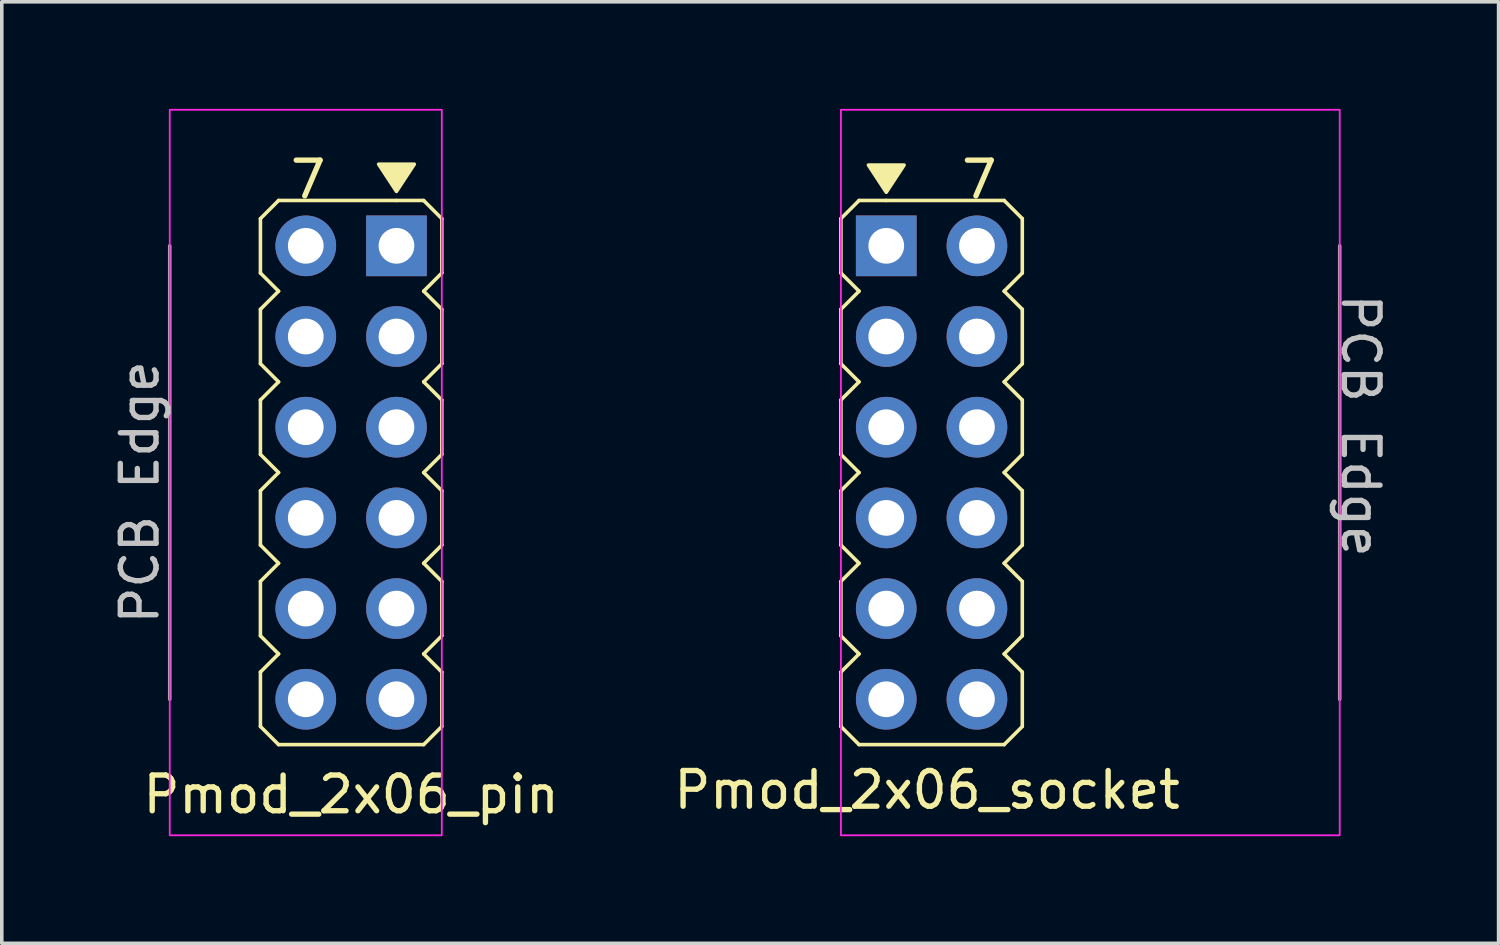
<source format=kicad_pcb>
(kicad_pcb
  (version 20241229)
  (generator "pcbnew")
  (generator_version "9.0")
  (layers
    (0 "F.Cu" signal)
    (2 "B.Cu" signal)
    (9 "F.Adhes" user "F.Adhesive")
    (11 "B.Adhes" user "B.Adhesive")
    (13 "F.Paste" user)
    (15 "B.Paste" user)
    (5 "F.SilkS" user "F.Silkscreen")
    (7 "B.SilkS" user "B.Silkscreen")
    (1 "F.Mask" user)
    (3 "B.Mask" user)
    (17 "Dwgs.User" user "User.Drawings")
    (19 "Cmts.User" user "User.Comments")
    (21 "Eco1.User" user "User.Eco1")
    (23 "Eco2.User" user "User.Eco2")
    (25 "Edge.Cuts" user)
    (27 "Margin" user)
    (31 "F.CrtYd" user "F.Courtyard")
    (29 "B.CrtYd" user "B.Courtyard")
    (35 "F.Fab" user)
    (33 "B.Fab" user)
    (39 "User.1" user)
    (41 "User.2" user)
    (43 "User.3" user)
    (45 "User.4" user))
  (footprint "Pmod_2x06_pin"
    (layer "F.Cu")
    (at 8.054 3.835)
    (property "Reference" "Pmod_2x06_pin" (at -1.27 15.367 0) (unlocked yes) (layer "F.SilkS") (effects (font (size 1 1) (thickness 0.15))))
    (attr through_hole)
    (fp_line (start -3.81 -0.762) (end -3.302 -1.27) (stroke (width 0.1) (type default)) (layer "F.SilkS"))
    (fp_line (start -3.81 0.762) (end -3.81 -0.762) (stroke (width 0.1) (type default)) (layer "F.SilkS"))
    (fp_line (start -3.81 1.778) (end -3.302 1.27) (stroke (width 0.1) (type default)) (layer "F.SilkS"))
    (fp_line (start -3.81 3.302) (end -3.81 1.778) (stroke (width 0.1) (type default)) (layer "F.SilkS"))
    (fp_line (start -3.81 4.318) (end -3.302 3.81) (stroke (width 0.1) (type default)) (layer "F.SilkS"))
    (fp_line (start -3.81 5.842) (end -3.81 4.318) (stroke (width 0.1) (type default)) (layer "F.SilkS"))
    (fp_line (start -3.81 6.858) (end -3.302 6.35) (stroke (width 0.1) (type default)) (layer "F.SilkS"))
    (fp_line (start -3.81 8.382) (end -3.81 6.858) (stroke (width 0.1) (type default)) (layer "F.SilkS"))
    (fp_line (start -3.81 9.398) (end -3.302 8.89) (stroke (width 0.1) (type default)) (layer "F.SilkS"))
    (fp_line (start -3.81 10.922) (end -3.81 9.398) (stroke (width 0.1) (type default)) (layer "F.SilkS"))
    (fp_line (start -3.81 11.938) (end -3.302 11.43) (stroke (width 0.1) (type default)) (layer "F.SilkS"))
    (fp_line (start -3.81 13.462) (end -3.81 11.938) (stroke (width 0.1) (type default)) (layer "F.SilkS"))
    (fp_line (start -3.302 -1.27) (end 0 -1.27) (stroke (width 0.1) (type default)) (layer "F.SilkS"))
    (fp_line (start -3.302 1.27) (end -3.81 0.762) (stroke (width 0.1) (type default)) (layer "F.SilkS"))
    (fp_line (start -3.302 3.81) (end -3.81 3.302) (stroke (width 0.1) (type default)) (layer "F.SilkS"))
    (fp_line (start -3.302 6.35) (end -3.81 5.842) (stroke (width 0.1) (type default)) (layer "F.SilkS"))
    (fp_line (start -3.302 8.89) (end -3.81 8.382) (stroke (width 0.1) (type default)) (layer "F.SilkS"))
    (fp_line (start -3.302 11.43) (end -3.81 10.922) (stroke (width 0.1) (type default)) (layer "F.SilkS"))
    (fp_line (start -3.302 13.97) (end -3.81 13.462) (stroke (width 0.1) (type default)) (layer "F.SilkS"))
    (fp_line (start 0 -1.27) (end 0.762 -1.27) (stroke (width 0.1) (type default)) (layer "F.SilkS"))
    (fp_line (start 0.762 -1.27) (end 1.27 -0.762) (stroke (width 0.1) (type default)) (layer "F.SilkS"))
    (fp_line (start 0.762 1.27) (end 1.27 1.778) (stroke (width 0.1) (type default)) (layer "F.SilkS"))
    (fp_line (start 0.762 3.81) (end 1.27 4.318) (stroke (width 0.1) (type default)) (layer "F.SilkS"))
    (fp_line (start 0.762 6.35) (end 1.27 6.858) (stroke (width 0.1) (type default)) (layer "F.SilkS"))
    (fp_line (start 0.762 8.89) (end 1.27 9.398) (stroke (width 0.1) (type default)) (layer "F.SilkS"))
    (fp_line (start 0.762 11.43) (end 1.27 11.938) (stroke (width 0.1) (type default)) (layer "F.SilkS"))
    (fp_line (start 0.762 13.97) (end -3.302 13.97) (stroke (width 0.1) (type default)) (layer "F.SilkS"))
    (fp_line (start 1.27 -0.762) (end 1.27 0.762) (stroke (width 0.1) (type default)) (layer "F.SilkS"))
    (fp_line (start 1.27 0.762) (end 0.762 1.27) (stroke (width 0.1) (type default)) (layer "F.SilkS"))
    (fp_line (start 1.27 1.778) (end 1.27 3.302) (stroke (width 0.1) (type default)) (layer "F.SilkS"))
    (fp_line (start 1.27 3.302) (end 0.762 3.81) (stroke (width 0.1) (type default)) (layer "F.SilkS"))
    (fp_line (start 1.27 4.318) (end 1.27 5.842) (stroke (width 0.1) (type default)) (layer "F.SilkS"))
    (fp_line (start 1.27 5.842) (end 0.762 6.35) (stroke (width 0.1) (type default)) (layer "F.SilkS"))
    (fp_line (start 1.27 6.858) (end 1.27 8.382) (stroke (width 0.1) (type default)) (layer "F.SilkS"))
    (fp_line (start 1.27 8.382) (end 0.762 8.89) (stroke (width 0.1) (type default)) (layer "F.SilkS"))
    (fp_line (start 1.27 9.398) (end 1.27 10.922) (stroke (width 0.1) (type default)) (layer "F.SilkS"))
    (fp_line (start 1.27 10.922) (end 0.762 11.43) (stroke (width 0.1) (type default)) (layer "F.SilkS"))
    (fp_line (start 1.27 11.938) (end 1.27 13.462) (stroke (width 0.1) (type default)) (layer "F.SilkS"))
    (fp_line (start 1.27 13.462) (end 0.762 13.97) (stroke (width 0.1) (type default)) (layer "F.SilkS"))
    (fp_poly (pts (xy 0.5 -2.286) (xy 0 -1.524) (xy -0.5 -2.286)) (stroke (width 0.1) (type solid)) (fill yes) (layer "F.SilkS"))
    (fp_rect (start -6.35 -3.81) (end 1.27 16.51) (stroke (width 0.05) (type default)) (fill no) (layer "F.CrtYd"))
    (fp_line (start -6.35 0) (end -6.35 12.7) (stroke (width 0.1) (type default)) (layer "F.Fab"))
    (fp_text user "7" (at -3.048 -1.27 0) (unlocked yes) (layer "F.SilkS") (effects (font (size 1 1) (thickness 0.15)) (justify left bottom)))
    (fp_text user "PCB Edge" (at -6.604 10.668 90) (unlocked yes) (layer "Dwgs.User") (effects (font (size 1 1) (thickness 0.15)) (justify left bottom)))
    (pad "1" thru_hole rect (at 0 0) (size 1.7 1.7) (drill 1) (layers "*.Cu" "*.Mask"))
    (pad "2" thru_hole circle (at 0 2.54) (size 1.7 1.7) (drill 1) (layers "*.Cu" "*.Mask"))
    (pad "3" thru_hole circle (at 0 5.08) (size 1.7 1.7) (drill 1) (layers "*.Cu" "*.Mask"))
    (pad "4" thru_hole circle (at 0 7.62) (size 1.7 1.7) (drill 1) (layers "*.Cu" "*.Mask"))
    (pad "5" thru_hole circle (at 0 10.16) (size 1.7 1.7) (drill 1) (layers "*.Cu" "*.Mask"))
    (pad "6" thru_hole circle (at 0 12.7) (size 1.7 1.7) (drill 1) (layers "*.Cu" "*.Mask"))
    (pad "7" thru_hole circle (at -2.54 0) (size 1.7 1.7) (drill 1) (layers "*.Cu" "*.Mask"))
    (pad "8" thru_hole circle (at -2.54 2.54) (size 1.7 1.7) (drill 1) (layers "*.Cu" "*.Mask"))
    (pad "9" thru_hole circle (at -2.54 5.08) (size 1.7 1.7) (drill 1) (layers "*.Cu" "*.Mask"))
    (pad "10" thru_hole circle (at -2.54 7.62) (size 1.7 1.7) (drill 1) (layers "*.Cu" "*.Mask"))
    (pad "11" thru_hole circle (at -2.54 10.16) (size 1.7 1.7) (drill 1) (layers "*.Cu" "*.Mask"))
    (pad "12" thru_hole circle (at -2.54 12.7) (size 1.7 1.7) (drill 1) (layers "*.Cu" "*.Mask")))
  (footprint "Pmod_2x06_socket"
    (layer "F.Cu")
    (at 21.772 3.835)
    (property "Reference" "Pmod_2x06_socket" (at 1.143 15.24 0) (unlocked yes) (layer "F.SilkS") (effects (font (size 1 1) (thickness 0.15))))
    (attr through_hole)
    (fp_line (start -1.27 -0.762) (end -1.27 0.762) (stroke (width 0.1) (type default)) (layer "F.SilkS"))
    (fp_line (start -1.27 0.762) (end -0.762 1.27) (stroke (width 0.1) (type default)) (layer "F.SilkS"))
    (fp_line (start -1.27 1.778) (end -1.27 3.302) (stroke (width 0.1) (type default)) (layer "F.SilkS"))
    (fp_line (start -1.27 3.302) (end -0.762 3.81) (stroke (width 0.1) (type default)) (layer "F.SilkS"))
    (fp_line (start -1.27 4.318) (end -1.27 5.842) (stroke (width 0.1) (type default)) (layer "F.SilkS"))
    (fp_line (start -1.27 5.842) (end -0.762 6.35) (stroke (width 0.1) (type default)) (layer "F.SilkS"))
    (fp_line (start -1.27 6.858) (end -1.27 8.382) (stroke (width 0.1) (type default)) (layer "F.SilkS"))
    (fp_line (start -1.27 8.382) (end -0.762 8.89) (stroke (width 0.1) (type default)) (layer "F.SilkS"))
    (fp_line (start -1.27 9.398) (end -1.27 10.922) (stroke (width 0.1) (type default)) (layer "F.SilkS"))
    (fp_line (start -1.27 10.922) (end -0.762 11.43) (stroke (width 0.1) (type default)) (layer "F.SilkS"))
    (fp_line (start -1.27 11.938) (end -1.27 13.462) (stroke (width 0.1) (type default)) (layer "F.SilkS"))
    (fp_line (start -1.27 13.462) (end -0.762 13.97) (stroke (width 0.1) (type default)) (layer "F.SilkS"))
    (fp_line (start -0.762 -1.27) (end -1.27 -0.762) (stroke (width 0.1) (type default)) (layer "F.SilkS"))
    (fp_line (start -0.762 1.27) (end -1.27 1.778) (stroke (width 0.1) (type default)) (layer "F.SilkS"))
    (fp_line (start -0.762 3.81) (end -1.27 4.318) (stroke (width 0.1) (type default)) (layer "F.SilkS"))
    (fp_line (start -0.762 6.35) (end -1.27 6.858) (stroke (width 0.1) (type default)) (layer "F.SilkS"))
    (fp_line (start -0.762 8.89) (end -1.27 9.398) (stroke (width 0.1) (type default)) (layer "F.SilkS"))
    (fp_line (start -0.762 11.43) (end -1.27 11.938) (stroke (width 0.1) (type default)) (layer "F.SilkS"))
    (fp_line (start -0.762 13.97) (end 3.302 13.97) (stroke (width 0.1) (type default)) (layer "F.SilkS"))
    (fp_line (start 0 -1.27) (end -0.762 -1.27) (stroke (width 0.1) (type default)) (layer "F.SilkS"))
    (fp_line (start 3.302 -1.27) (end 0 -1.27) (stroke (width 0.1) (type default)) (layer "F.SilkS"))
    (fp_line (start 3.302 1.27) (end 3.81 0.762) (stroke (width 0.1) (type default)) (layer "F.SilkS"))
    (fp_line (start 3.302 3.81) (end 3.81 3.302) (stroke (width 0.1) (type default)) (layer "F.SilkS"))
    (fp_line (start 3.302 6.35) (end 3.81 5.842) (stroke (width 0.1) (type default)) (layer "F.SilkS"))
    (fp_line (start 3.302 8.89) (end 3.81 8.382) (stroke (width 0.1) (type default)) (layer "F.SilkS"))
    (fp_line (start 3.302 11.43) (end 3.81 10.922) (stroke (width 0.1) (type default)) (layer "F.SilkS"))
    (fp_line (start 3.302 13.97) (end 3.81 13.462) (stroke (width 0.1) (type default)) (layer "F.SilkS"))
    (fp_line (start 3.81 -0.762) (end 3.302 -1.27) (stroke (width 0.1) (type default)) (layer "F.SilkS"))
    (fp_line (start 3.81 0.762) (end 3.81 -0.762) (stroke (width 0.1) (type default)) (layer "F.SilkS"))
    (fp_line (start 3.81 1.778) (end 3.302 1.27) (stroke (width 0.1) (type default)) (layer "F.SilkS"))
    (fp_line (start 3.81 3.302) (end 3.81 1.778) (stroke (width 0.1) (type default)) (layer "F.SilkS"))
    (fp_line (start 3.81 4.318) (end 3.302 3.81) (stroke (width 0.1) (type default)) (layer "F.SilkS"))
    (fp_line (start 3.81 5.842) (end 3.81 4.318) (stroke (width 0.1) (type default)) (layer "F.SilkS"))
    (fp_line (start 3.81 6.858) (end 3.302 6.35) (stroke (width 0.1) (type default)) (layer "F.SilkS"))
    (fp_line (start 3.81 8.382) (end 3.81 6.858) (stroke (width 0.1) (type default)) (layer "F.SilkS"))
    (fp_line (start 3.81 9.398) (end 3.302 8.89) (stroke (width 0.1) (type default)) (layer "F.SilkS"))
    (fp_line (start 3.81 10.922) (end 3.81 9.398) (stroke (width 0.1) (type default)) (layer "F.SilkS"))
    (fp_line (start 3.81 11.938) (end 3.302 11.43) (stroke (width 0.1) (type default)) (layer "F.SilkS"))
    (fp_line (start 3.81 13.462) (end 3.81 11.938) (stroke (width 0.1) (type default)) (layer "F.SilkS"))
    (fp_poly (pts (xy 0.5 -2.262) (xy 0 -1.5) (xy -0.5 -2.262)) (stroke (width 0.1) (type solid)) (fill yes) (layer "F.SilkS"))
    (fp_rect (start -1.27 -3.81) (end 12.7 16.51) (stroke (width 0.05) (type default)) (fill no) (layer "F.CrtYd"))
    (fp_line (start 12.7 0) (end 12.7 12.7) (stroke (width 0.1) (type default)) (layer "F.Fab"))
    (fp_text user "7" (at 2.032 -1.27 0) (unlocked yes) (layer "F.SilkS") (effects (font (size 1 1) (thickness 0.15)) (justify left bottom)))
    (fp_text user "PCB Edge" (at 12.7 1.27 270) (unlocked yes) (layer "Dwgs.User") (effects (font (size 1 1) (thickness 0.15)) (justify left bottom)))
    (pad "1" thru_hole rect (at 0 0) (size 1.7 1.7) (drill 1) (layers "*.Cu" "*.Mask"))
    (pad "2" thru_hole circle (at 0 2.54) (size 1.7 1.7) (drill 1) (layers "*.Cu" "*.Mask"))
    (pad "3" thru_hole circle (at 0 5.08) (size 1.7 1.7) (drill 1) (layers "*.Cu" "*.Mask"))
    (pad "4" thru_hole circle (at 0 7.62) (size 1.7 1.7) (drill 1) (layers "*.Cu" "*.Mask"))
    (pad "5" thru_hole circle (at 0 10.16) (size 1.7 1.7) (drill 1) (layers "*.Cu" "*.Mask"))
    (pad "6" thru_hole circle (at 0 12.7) (size 1.7 1.7) (drill 1) (layers "*.Cu" "*.Mask"))
    (pad "7" thru_hole circle (at 2.54 0) (size 1.7 1.7) (drill 1) (layers "*.Cu" "*.Mask"))
    (pad "8" thru_hole circle (at 2.54 2.54) (size 1.7 1.7) (drill 1) (layers "*.Cu" "*.Mask"))
    (pad "9" thru_hole circle (at 2.54 5.08) (size 1.7 1.7) (drill 1) (layers "*.Cu" "*.Mask"))
    (pad "10" thru_hole circle (at 2.54 7.62) (size 1.7 1.7) (drill 1) (layers "*.Cu" "*.Mask"))
    (pad "11" thru_hole circle (at 2.54 10.16) (size 1.7 1.7) (drill 1) (layers "*.Cu" "*.Mask"))
    (pad "12" thru_hole circle (at 2.54 12.7) (size 1.7 1.7) (drill 1) (layers "*.Cu" "*.Mask")))
  (gr_rect
    (start -3 -3)
    (end 38.922 23.37)
    (stroke (width 0.1) (type default))
    (fill no)
    (layer "Edge.Cuts")))
</source>
